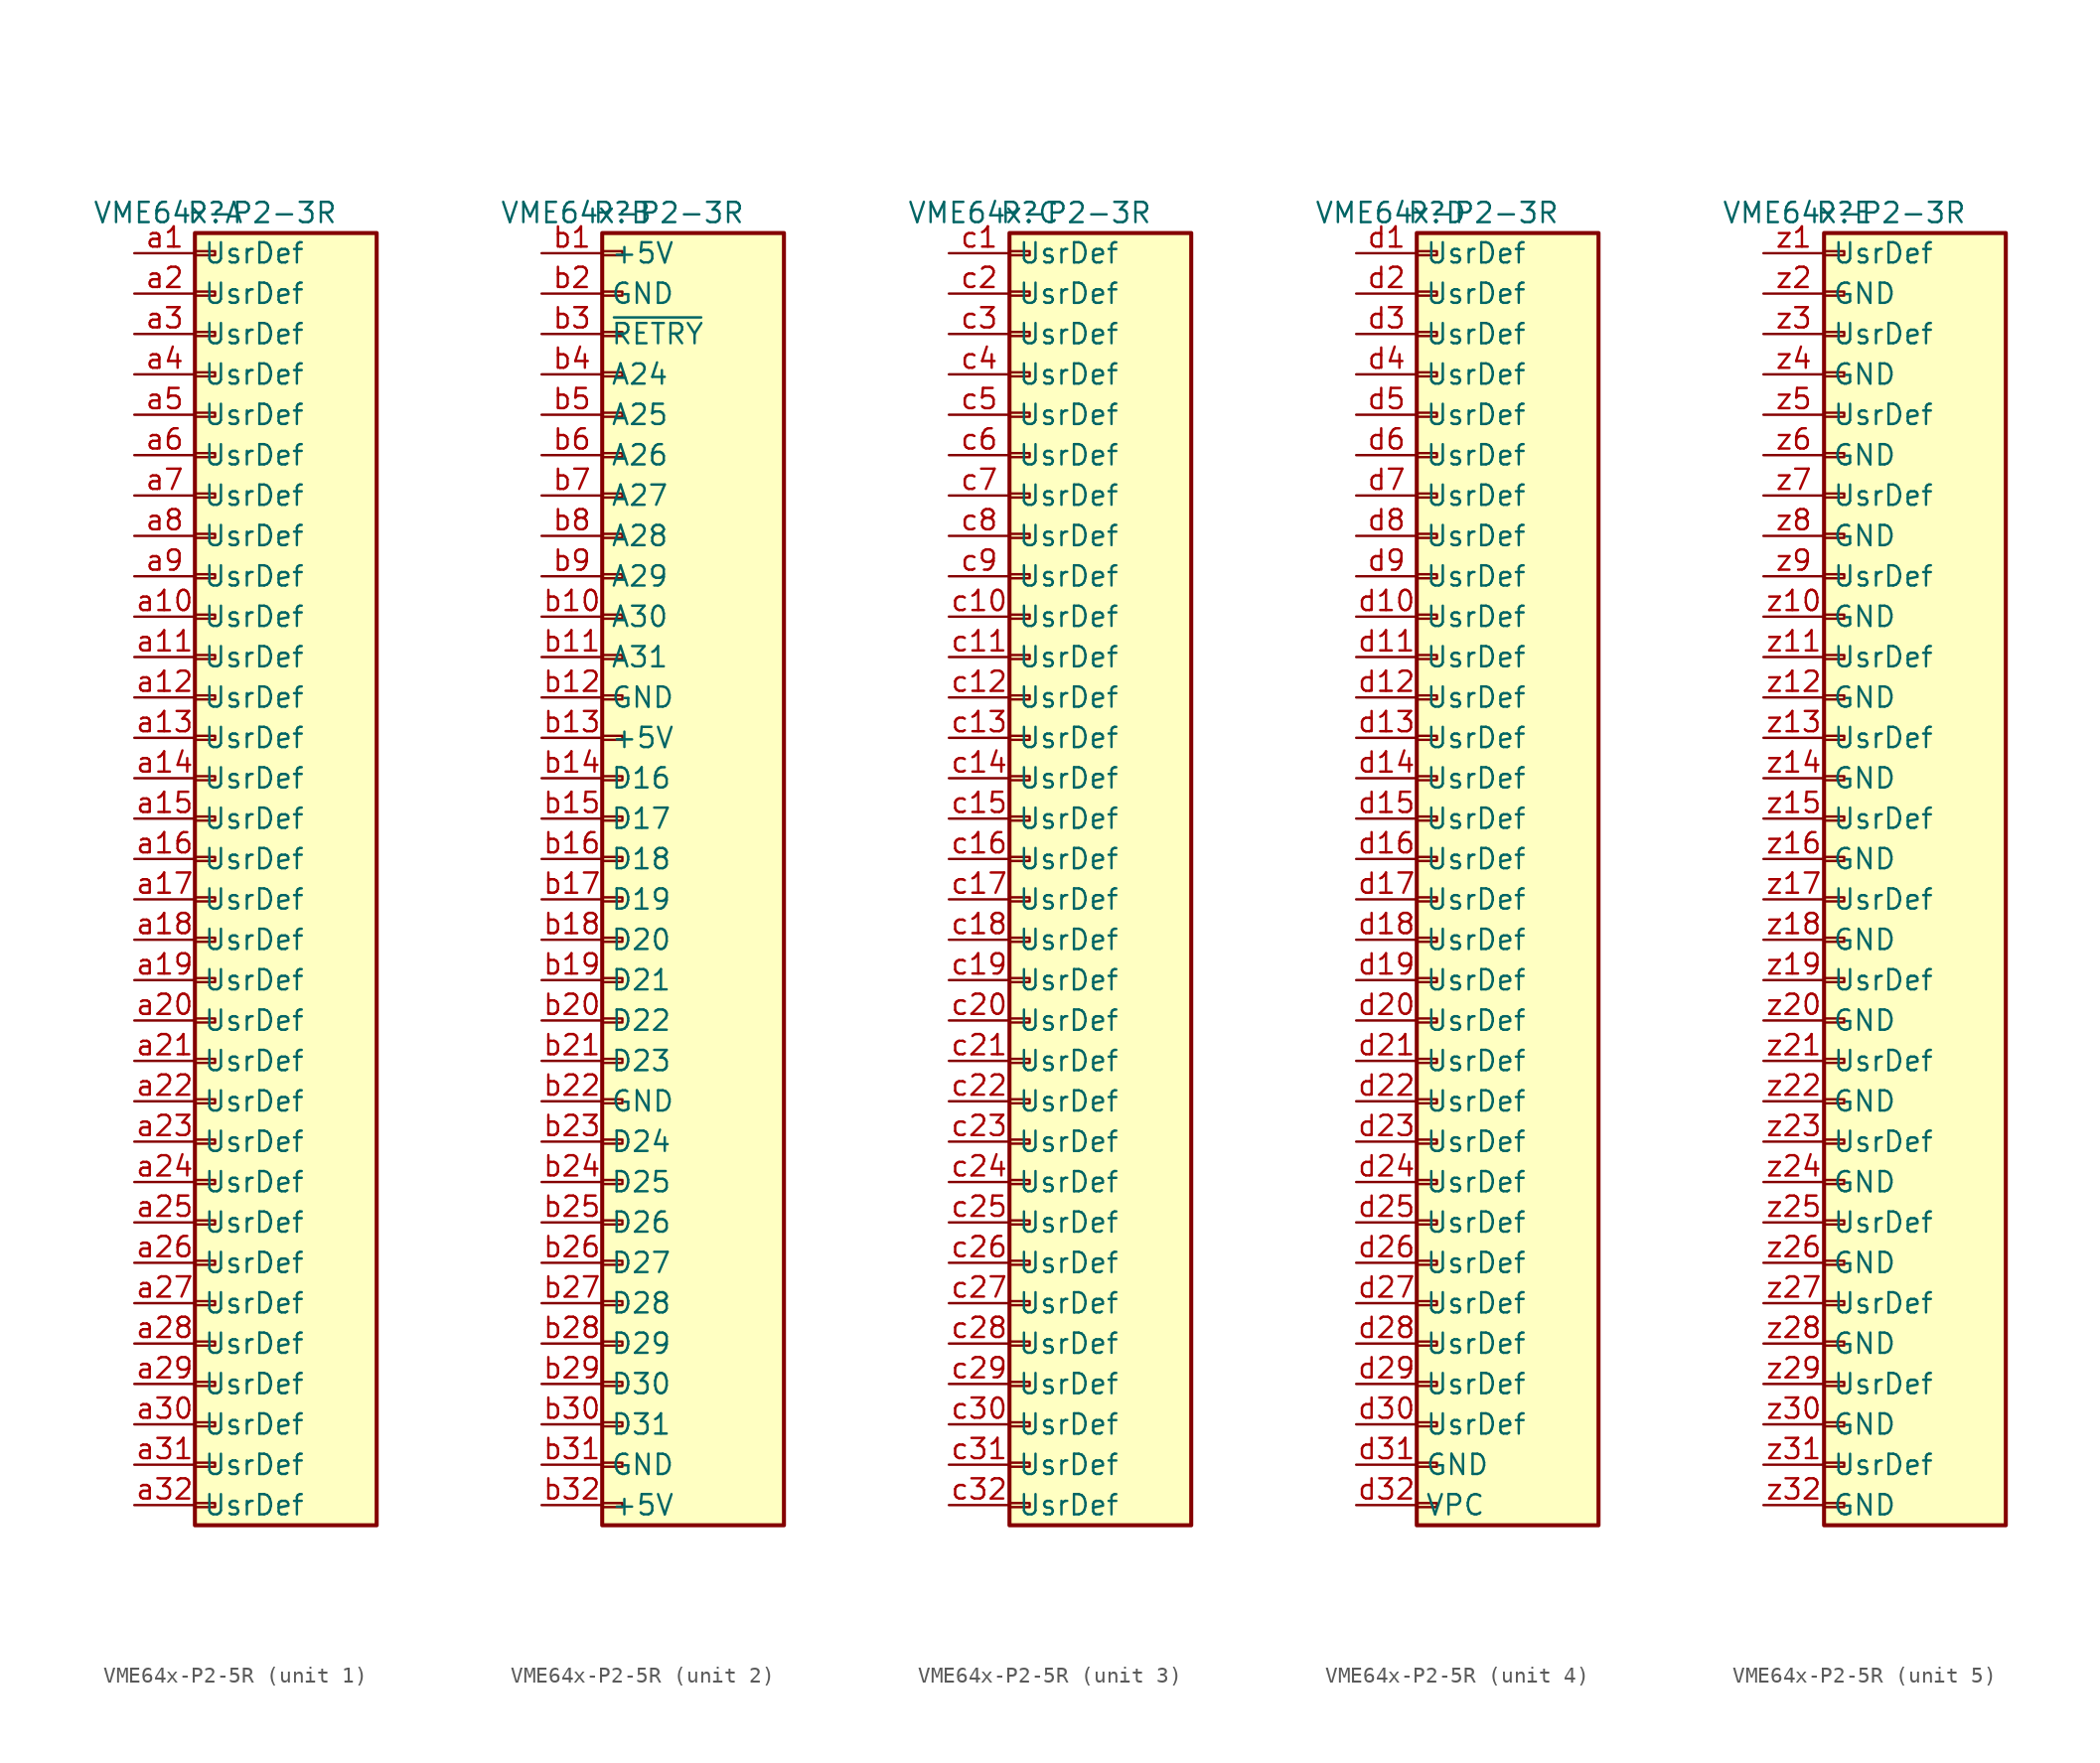
<source format=kicad_sym>
(kicad_symbol_lib
  (version 20231120)
  (generator "kicad_symbol_editor")
  (generator_version "8.0")
  (symbol "VME64x-P2-5R"
    (property "Reference" "P"
      (at 0 40.64 0)
      (effects (font (size 1.27 1.27))))
    (property "Value" "VME64x-P2-3R"
      (at 0 40.64 0)
      (effects (font (size 1.27 1.27))))
    (property "ki_locked" ""
      (at 0 0 0)
      (effects (font (size 1.27 1.27))))
    (symbol "VME64x-P2-5R_1_1"
      (rectangle (start -1.27 -40.513) (end 0 -40.767) (stroke (width 0.152) (type default)) (fill (type none)))
      (rectangle (start -1.27 -37.973) (end 0 -38.227) (stroke (width 0.152) (type default)) (fill (type none)))
      (rectangle (start -1.27 -35.433) (end 0 -35.687) (stroke (width 0.152) (type default)) (fill (type none)))
      (rectangle (start -1.27 -32.893) (end 0 -33.147) (stroke (width 0.152) (type default)) (fill (type none)))
      (rectangle (start -1.27 -30.353) (end 0 -30.607) (stroke (width 0.152) (type default)) (fill (type none)))
      (rectangle (start -1.27 -27.813) (end 0 -28.067) (stroke (width 0.152) (type default)) (fill (type none)))
      (rectangle (start -1.27 -25.273) (end 0 -25.527) (stroke (width 0.152) (type default)) (fill (type none)))
      (rectangle (start -1.27 -22.733) (end 0 -22.987) (stroke (width 0.152) (type default)) (fill (type none)))
      (rectangle (start -1.27 -20.193) (end 0 -20.447) (stroke (width 0.152) (type default)) (fill (type none)))
      (rectangle (start -1.27 -17.653) (end 0 -17.907) (stroke (width 0.152) (type default)) (fill (type none)))
      (rectangle (start -1.27 -15.113) (end 0 -15.367) (stroke (width 0.152) (type default)) (fill (type none)))
      (rectangle (start -1.27 -12.573) (end 0 -12.827) (stroke (width 0.152) (type default)) (fill (type none)))
      (rectangle (start -1.27 -10.033) (end 0 -10.287) (stroke (width 0.152) (type default)) (fill (type none)))
      (rectangle (start -1.27 -7.493) (end 0 -7.747) (stroke (width 0.152) (type default)) (fill (type none)))
      (rectangle (start -1.27 -4.953) (end 0 -5.207) (stroke (width 0.152) (type default)) (fill (type none)))
      (rectangle (start -1.27 -2.413) (end 0 -2.667) (stroke (width 0.152) (type default)) (fill (type none)))
      (rectangle (start -1.27 0.127) (end 0 -0.127) (stroke (width 0.152) (type default)) (fill (type none)))
      (rectangle (start -1.27 2.667) (end 0 2.413) (stroke (width 0.152) (type default)) (fill (type none)))
      (rectangle (start -1.27 5.207) (end 0 4.953) (stroke (width 0.152) (type default)) (fill (type none)))
      (rectangle (start -1.27 7.747) (end 0 7.493) (stroke (width 0.152) (type default)) (fill (type none)))
      (rectangle (start -1.27 10.287) (end 0 10.033) (stroke (width 0.152) (type default)) (fill (type none)))
      (rectangle (start -1.27 12.827) (end 0 12.573) (stroke (width 0.152) (type default)) (fill (type none)))
      (rectangle (start -1.27 15.367) (end 0 15.113) (stroke (width 0.152) (type default)) (fill (type none)))
      (rectangle (start -1.27 17.907) (end 0 17.653) (stroke (width 0.152) (type default)) (fill (type none)))
      (rectangle (start -1.27 20.447) (end 0 20.193) (stroke (width 0.152) (type default)) (fill (type none)))
      (rectangle (start -1.27 22.987) (end 0 22.733) (stroke (width 0.152) (type default)) (fill (type none)))
      (rectangle (start -1.27 25.527) (end 0 25.273) (stroke (width 0.152) (type default)) (fill (type none)))
      (rectangle (start -1.27 28.067) (end 0 27.813) (stroke (width 0.152) (type default)) (fill (type none)))
      (rectangle (start -1.27 30.607) (end 0 30.353) (stroke (width 0.152) (type default)) (fill (type none)))
      (rectangle (start -1.27 33.147) (end 0 32.893) (stroke (width 0.152) (type default)) (fill (type none)))
      (rectangle (start -1.27 35.687) (end 0 35.433) (stroke (width 0.152) (type default)) (fill (type none)))
      (rectangle (start -1.27 38.227) (end 0 37.973) (stroke (width 0.152) (type default)) (fill (type none)))
      (rectangle (start -1.27 39.37) (end 10.16 -41.91) (stroke (width 0.254) (type default)) (fill (type background)))
      (pin bidirectional line (at -5.08 38.1 0) (length 3.81) (name "UsrDef" (effects (font (size 1.27 1.27)))) (number "a1" (effects (font (size 1.27 1.27)))))
      (pin bidirectional line (at -5.08 15.24 0) (length 3.81) (name "UsrDef" (effects (font (size 1.27 1.27)))) (number "a10" (effects (font (size 1.27 1.27)))))
      (pin bidirectional line (at -5.08 12.7 0) (length 3.81) (name "UsrDef" (effects (font (size 1.27 1.27)))) (number "a11" (effects (font (size 1.27 1.27)))))
      (pin bidirectional line (at -5.08 10.16 0) (length 3.81) (name "UsrDef" (effects (font (size 1.27 1.27)))) (number "a12" (effects (font (size 1.27 1.27)))))
      (pin bidirectional line (at -5.08 7.62 0) (length 3.81) (name "UsrDef" (effects (font (size 1.27 1.27)))) (number "a13" (effects (font (size 1.27 1.27)))))
      (pin bidirectional line (at -5.08 5.08 0) (length 3.81) (name "UsrDef" (effects (font (size 1.27 1.27)))) (number "a14" (effects (font (size 1.27 1.27)))))
      (pin bidirectional line (at -5.08 2.54 0) (length 3.81) (name "UsrDef" (effects (font (size 1.27 1.27)))) (number "a15" (effects (font (size 1.27 1.27)))))
      (pin bidirectional line (at -5.08 0 0) (length 3.81) (name "UsrDef" (effects (font (size 1.27 1.27)))) (number "a16" (effects (font (size 1.27 1.27)))))
      (pin bidirectional line (at -5.08 -2.54 0) (length 3.81) (name "UsrDef" (effects (font (size 1.27 1.27)))) (number "a17" (effects (font (size 1.27 1.27)))))
      (pin bidirectional line (at -5.08 -5.08 0) (length 3.81) (name "UsrDef" (effects (font (size 1.27 1.27)))) (number "a18" (effects (font (size 1.27 1.27)))))
      (pin bidirectional line (at -5.08 -7.62 0) (length 3.81) (name "UsrDef" (effects (font (size 1.27 1.27)))) (number "a19" (effects (font (size 1.27 1.27)))))
      (pin bidirectional line (at -5.08 35.56 0) (length 3.81) (name "UsrDef" (effects (font (size 1.27 1.27)))) (number "a2" (effects (font (size 1.27 1.27)))))
      (pin bidirectional line (at -5.08 -10.16 0) (length 3.81) (name "UsrDef" (effects (font (size 1.27 1.27)))) (number "a20" (effects (font (size 1.27 1.27)))))
      (pin bidirectional line (at -5.08 -12.7 0) (length 3.81) (name "UsrDef" (effects (font (size 1.27 1.27)))) (number "a21" (effects (font (size 1.27 1.27)))))
      (pin bidirectional line (at -5.08 -15.24 0) (length 3.81) (name "UsrDef" (effects (font (size 1.27 1.27)))) (number "a22" (effects (font (size 1.27 1.27)))))
      (pin bidirectional line (at -5.08 -17.78 0) (length 3.81) (name "UsrDef" (effects (font (size 1.27 1.27)))) (number "a23" (effects (font (size 1.27 1.27)))))
      (pin bidirectional line (at -5.08 -20.32 0) (length 3.81) (name "UsrDef" (effects (font (size 1.27 1.27)))) (number "a24" (effects (font (size 1.27 1.27)))))
      (pin bidirectional line (at -5.08 -22.86 0) (length 3.81) (name "UsrDef" (effects (font (size 1.27 1.27)))) (number "a25" (effects (font (size 1.27 1.27)))))
      (pin bidirectional line (at -5.08 -25.4 0) (length 3.81) (name "UsrDef" (effects (font (size 1.27 1.27)))) (number "a26" (effects (font (size 1.27 1.27)))))
      (pin bidirectional line (at -5.08 -27.94 0) (length 3.81) (name "UsrDef" (effects (font (size 1.27 1.27)))) (number "a27" (effects (font (size 1.27 1.27)))))
      (pin bidirectional line (at -5.08 -30.48 0) (length 3.81) (name "UsrDef" (effects (font (size 1.27 1.27)))) (number "a28" (effects (font (size 1.27 1.27)))))
      (pin bidirectional line (at -5.08 -33.02 0) (length 3.81) (name "UsrDef" (effects (font (size 1.27 1.27)))) (number "a29" (effects (font (size 1.27 1.27)))))
      (pin bidirectional line (at -5.08 33.02 0) (length 3.81) (name "UsrDef" (effects (font (size 1.27 1.27)))) (number "a3" (effects (font (size 1.27 1.27)))))
      (pin bidirectional line (at -5.08 -35.56 0) (length 3.81) (name "UsrDef" (effects (font (size 1.27 1.27)))) (number "a30" (effects (font (size 1.27 1.27)))))
      (pin bidirectional line (at -5.08 -38.1 0) (length 3.81) (name "UsrDef" (effects (font (size 1.27 1.27)))) (number "a31" (effects (font (size 1.27 1.27)))))
      (pin bidirectional line (at -5.08 -40.64 0) (length 3.81) (name "UsrDef" (effects (font (size 1.27 1.27)))) (number "a32" (effects (font (size 1.27 1.27)))))
      (pin bidirectional line (at -5.08 30.48 0) (length 3.81) (name "UsrDef" (effects (font (size 1.27 1.27)))) (number "a4" (effects (font (size 1.27 1.27)))))
      (pin bidirectional line (at -5.08 27.94 0) (length 3.81) (name "UsrDef" (effects (font (size 1.27 1.27)))) (number "a5" (effects (font (size 1.27 1.27)))))
      (pin bidirectional line (at -5.08 25.4 0) (length 3.81) (name "UsrDef" (effects (font (size 1.27 1.27)))) (number "a6" (effects (font (size 1.27 1.27)))))
      (pin bidirectional line (at -5.08 22.86 0) (length 3.81) (name "UsrDef" (effects (font (size 1.27 1.27)))) (number "a7" (effects (font (size 1.27 1.27)))))
      (pin bidirectional line (at -5.08 20.32 0) (length 3.81) (name "UsrDef" (effects (font (size 1.27 1.27)))) (number "a8" (effects (font (size 1.27 1.27)))))
      (pin bidirectional line (at -5.08 17.78 0) (length 3.81) (name "UsrDef" (effects (font (size 1.27 1.27)))) (number "a9" (effects (font (size 1.27 1.27))))))
    (symbol "VME64x-P2-5R_2_1"
      (rectangle (start -1.27 -40.513) (end 0 -40.767) (stroke (width 0.152) (type default)) (fill (type none)))
      (rectangle (start -1.27 -37.973) (end 0 -38.227) (stroke (width 0.152) (type default)) (fill (type none)))
      (rectangle (start -1.27 -35.433) (end 0 -35.687) (stroke (width 0.152) (type default)) (fill (type none)))
      (rectangle (start -1.27 -32.893) (end 0 -33.147) (stroke (width 0.152) (type default)) (fill (type none)))
      (rectangle (start -1.27 -30.353) (end 0 -30.607) (stroke (width 0.152) (type default)) (fill (type none)))
      (rectangle (start -1.27 -27.813) (end 0 -28.067) (stroke (width 0.152) (type default)) (fill (type none)))
      (rectangle (start -1.27 -25.273) (end 0 -25.527) (stroke (width 0.152) (type default)) (fill (type none)))
      (rectangle (start -1.27 -22.733) (end 0 -22.987) (stroke (width 0.152) (type default)) (fill (type none)))
      (rectangle (start -1.27 -20.193) (end 0 -20.447) (stroke (width 0.152) (type default)) (fill (type none)))
      (rectangle (start -1.27 -17.653) (end 0 -17.907) (stroke (width 0.152) (type default)) (fill (type none)))
      (rectangle (start -1.27 -15.113) (end 0 -15.367) (stroke (width 0.152) (type default)) (fill (type none)))
      (rectangle (start -1.27 -12.573) (end 0 -12.827) (stroke (width 0.152) (type default)) (fill (type none)))
      (rectangle (start -1.27 -10.033) (end 0 -10.287) (stroke (width 0.152) (type default)) (fill (type none)))
      (rectangle (start -1.27 -7.493) (end 0 -7.747) (stroke (width 0.152) (type default)) (fill (type none)))
      (rectangle (start -1.27 -4.953) (end 0 -5.207) (stroke (width 0.152) (type default)) (fill (type none)))
      (rectangle (start -1.27 -2.413) (end 0 -2.667) (stroke (width 0.152) (type default)) (fill (type none)))
      (rectangle (start -1.27 0.127) (end 0 -0.127) (stroke (width 0.152) (type default)) (fill (type none)))
      (rectangle (start -1.27 2.667) (end 0 2.413) (stroke (width 0.152) (type default)) (fill (type none)))
      (rectangle (start -1.27 5.207) (end 0 4.953) (stroke (width 0.152) (type default)) (fill (type none)))
      (rectangle (start -1.27 7.747) (end 0 7.493) (stroke (width 0.152) (type default)) (fill (type none)))
      (rectangle (start -1.27 10.287) (end 0 10.033) (stroke (width 0.152) (type default)) (fill (type none)))
      (rectangle (start -1.27 12.827) (end 0 12.573) (stroke (width 0.152) (type default)) (fill (type none)))
      (rectangle (start -1.27 15.367) (end 0 15.113) (stroke (width 0.152) (type default)) (fill (type none)))
      (rectangle (start -1.27 17.907) (end 0 17.653) (stroke (width 0.152) (type default)) (fill (type none)))
      (rectangle (start -1.27 20.447) (end 0 20.193) (stroke (width 0.152) (type default)) (fill (type none)))
      (rectangle (start -1.27 22.987) (end 0 22.733) (stroke (width 0.152) (type default)) (fill (type none)))
      (rectangle (start -1.27 25.527) (end 0 25.273) (stroke (width 0.152) (type default)) (fill (type none)))
      (rectangle (start -1.27 28.067) (end 0 27.813) (stroke (width 0.152) (type default)) (fill (type none)))
      (rectangle (start -1.27 30.607) (end 0 30.353) (stroke (width 0.152) (type default)) (fill (type none)))
      (rectangle (start -1.27 33.147) (end 0 32.893) (stroke (width 0.152) (type default)) (fill (type none)))
      (rectangle (start -1.27 35.687) (end 0 35.433) (stroke (width 0.152) (type default)) (fill (type none)))
      (rectangle (start -1.27 38.227) (end 0 37.973) (stroke (width 0.152) (type default)) (fill (type none)))
      (rectangle (start -1.27 39.37) (end 10.16 -41.91) (stroke (width 0.254) (type default)) (fill (type background)))
      (pin power_out line (at -5.08 38.1 0) (length 3.81) (name "+5V" (effects (font (size 1.27 1.27)))) (number "b1" (effects (font (size 1.27 1.27)))))
      (pin bidirectional line (at -5.08 15.24 0) (length 3.81) (name "A30" (effects (font (size 1.27 1.27)))) (number "b10" (effects (font (size 1.27 1.27)))))
      (pin bidirectional line (at -5.08 12.7 0) (length 3.81) (name "A31" (effects (font (size 1.27 1.27)))) (number "b11" (effects (font (size 1.27 1.27)))))
      (pin power_out line (at -5.08 10.16 0) (length 3.81) (name "GND" (effects (font (size 1.27 1.27)))) (number "b12" (effects (font (size 1.27 1.27)))))
      (pin power_out line (at -5.08 7.62 0) (length 3.81) (name "+5V" (effects (font (size 1.27 1.27)))) (number "b13" (effects (font (size 1.27 1.27)))))
      (pin bidirectional line (at -5.08 5.08 0) (length 3.81) (name "D16" (effects (font (size 1.27 1.27)))) (number "b14" (effects (font (size 1.27 1.27)))))
      (pin bidirectional line (at -5.08 2.54 0) (length 3.81) (name "D17" (effects (font (size 1.27 1.27)))) (number "b15" (effects (font (size 1.27 1.27)))))
      (pin bidirectional line (at -5.08 0 0) (length 3.81) (name "D18" (effects (font (size 1.27 1.27)))) (number "b16" (effects (font (size 1.27 1.27)))))
      (pin bidirectional line (at -5.08 -2.54 0) (length 3.81) (name "D19" (effects (font (size 1.27 1.27)))) (number "b17" (effects (font (size 1.27 1.27)))))
      (pin bidirectional line (at -5.08 -5.08 0) (length 3.81) (name "D20" (effects (font (size 1.27 1.27)))) (number "b18" (effects (font (size 1.27 1.27)))))
      (pin bidirectional line (at -5.08 -7.62 0) (length 3.81) (name "D21" (effects (font (size 1.27 1.27)))) (number "b19" (effects (font (size 1.27 1.27)))))
      (pin power_out line (at -5.08 35.56 0) (length 3.81) (name "GND" (effects (font (size 1.27 1.27)))) (number "b2" (effects (font (size 1.27 1.27)))))
      (pin bidirectional line (at -5.08 -10.16 0) (length 3.81) (name "D22" (effects (font (size 1.27 1.27)))) (number "b20" (effects (font (size 1.27 1.27)))))
      (pin bidirectional line (at -5.08 -12.7 0) (length 3.81) (name "D23" (effects (font (size 1.27 1.27)))) (number "b21" (effects (font (size 1.27 1.27)))))
      (pin power_out line (at -5.08 -15.24 0) (length 3.81) (name "GND" (effects (font (size 1.27 1.27)))) (number "b22" (effects (font (size 1.27 1.27)))))
      (pin bidirectional line (at -5.08 -17.78 0) (length 3.81) (name "D24" (effects (font (size 1.27 1.27)))) (number "b23" (effects (font (size 1.27 1.27)))))
      (pin bidirectional line (at -5.08 -20.32 0) (length 3.81) (name "D25" (effects (font (size 1.27 1.27)))) (number "b24" (effects (font (size 1.27 1.27)))))
      (pin bidirectional line (at -5.08 -22.86 0) (length 3.81) (name "D26" (effects (font (size 1.27 1.27)))) (number "b25" (effects (font (size 1.27 1.27)))))
      (pin bidirectional line (at -5.08 -25.4 0) (length 3.81) (name "D27" (effects (font (size 1.27 1.27)))) (number "b26" (effects (font (size 1.27 1.27)))))
      (pin bidirectional line (at -5.08 -27.94 0) (length 3.81) (name "D28" (effects (font (size 1.27 1.27)))) (number "b27" (effects (font (size 1.27 1.27)))))
      (pin bidirectional line (at -5.08 -30.48 0) (length 3.81) (name "D29" (effects (font (size 1.27 1.27)))) (number "b28" (effects (font (size 1.27 1.27)))))
      (pin bidirectional line (at -5.08 -33.02 0) (length 3.81) (name "D30" (effects (font (size 1.27 1.27)))) (number "b29" (effects (font (size 1.27 1.27)))))
      (pin bidirectional line (at -5.08 33.02 0) (length 3.81) (name "~{RETRY}" (effects (font (size 1.27 1.27)))) (number "b3" (effects (font (size 1.27 1.27)))))
      (pin bidirectional line (at -5.08 -35.56 0) (length 3.81) (name "D31" (effects (font (size 1.27 1.27)))) (number "b30" (effects (font (size 1.27 1.27)))))
      (pin power_out line (at -5.08 -38.1 0) (length 3.81) (name "GND" (effects (font (size 1.27 1.27)))) (number "b31" (effects (font (size 1.27 1.27)))))
      (pin power_out line (at -5.08 -40.64 0) (length 3.81) (name "+5V" (effects (font (size 1.27 1.27)))) (number "b32" (effects (font (size 1.27 1.27)))))
      (pin bidirectional line (at -5.08 30.48 0) (length 3.81) (name "A24" (effects (font (size 1.27 1.27)))) (number "b4" (effects (font (size 1.27 1.27)))))
      (pin bidirectional line (at -5.08 27.94 0) (length 3.81) (name "A25" (effects (font (size 1.27 1.27)))) (number "b5" (effects (font (size 1.27 1.27)))))
      (pin bidirectional line (at -5.08 25.4 0) (length 3.81) (name "A26" (effects (font (size 1.27 1.27)))) (number "b6" (effects (font (size 1.27 1.27)))))
      (pin bidirectional line (at -5.08 22.86 0) (length 3.81) (name "A27" (effects (font (size 1.27 1.27)))) (number "b7" (effects (font (size 1.27 1.27)))))
      (pin bidirectional line (at -5.08 20.32 0) (length 3.81) (name "A28" (effects (font (size 1.27 1.27)))) (number "b8" (effects (font (size 1.27 1.27)))))
      (pin bidirectional line (at -5.08 17.78 0) (length 3.81) (name "A29" (effects (font (size 1.27 1.27)))) (number "b9" (effects (font (size 1.27 1.27))))))
    (symbol "VME64x-P2-5R_3_1"
      (rectangle (start -1.27 -40.513) (end 0 -40.767) (stroke (width 0.152) (type default)) (fill (type none)))
      (rectangle (start -1.27 -37.973) (end 0 -38.227) (stroke (width 0.152) (type default)) (fill (type none)))
      (rectangle (start -1.27 -35.433) (end 0 -35.687) (stroke (width 0.152) (type default)) (fill (type none)))
      (rectangle (start -1.27 -32.893) (end 0 -33.147) (stroke (width 0.152) (type default)) (fill (type none)))
      (rectangle (start -1.27 -30.353) (end 0 -30.607) (stroke (width 0.152) (type default)) (fill (type none)))
      (rectangle (start -1.27 -27.813) (end 0 -28.067) (stroke (width 0.152) (type default)) (fill (type none)))
      (rectangle (start -1.27 -25.273) (end 0 -25.527) (stroke (width 0.152) (type default)) (fill (type none)))
      (rectangle (start -1.27 -22.733) (end 0 -22.987) (stroke (width 0.152) (type default)) (fill (type none)))
      (rectangle (start -1.27 -20.193) (end 0 -20.447) (stroke (width 0.152) (type default)) (fill (type none)))
      (rectangle (start -1.27 -17.653) (end 0 -17.907) (stroke (width 0.152) (type default)) (fill (type none)))
      (rectangle (start -1.27 -15.113) (end 0 -15.367) (stroke (width 0.152) (type default)) (fill (type none)))
      (rectangle (start -1.27 -12.573) (end 0 -12.827) (stroke (width 0.152) (type default)) (fill (type none)))
      (rectangle (start -1.27 -10.033) (end 0 -10.287) (stroke (width 0.152) (type default)) (fill (type none)))
      (rectangle (start -1.27 -7.493) (end 0 -7.747) (stroke (width 0.152) (type default)) (fill (type none)))
      (rectangle (start -1.27 -4.953) (end 0 -5.207) (stroke (width 0.152) (type default)) (fill (type none)))
      (rectangle (start -1.27 -2.413) (end 0 -2.667) (stroke (width 0.152) (type default)) (fill (type none)))
      (rectangle (start -1.27 0.127) (end 0 -0.127) (stroke (width 0.152) (type default)) (fill (type none)))
      (rectangle (start -1.27 2.667) (end 0 2.413) (stroke (width 0.152) (type default)) (fill (type none)))
      (rectangle (start -1.27 5.207) (end 0 4.953) (stroke (width 0.152) (type default)) (fill (type none)))
      (rectangle (start -1.27 7.747) (end 0 7.493) (stroke (width 0.152) (type default)) (fill (type none)))
      (rectangle (start -1.27 10.287) (end 0 10.033) (stroke (width 0.152) (type default)) (fill (type none)))
      (rectangle (start -1.27 12.827) (end 0 12.573) (stroke (width 0.152) (type default)) (fill (type none)))
      (rectangle (start -1.27 15.367) (end 0 15.113) (stroke (width 0.152) (type default)) (fill (type none)))
      (rectangle (start -1.27 17.907) (end 0 17.653) (stroke (width 0.152) (type default)) (fill (type none)))
      (rectangle (start -1.27 20.447) (end 0 20.193) (stroke (width 0.152) (type default)) (fill (type none)))
      (rectangle (start -1.27 22.987) (end 0 22.733) (stroke (width 0.152) (type default)) (fill (type none)))
      (rectangle (start -1.27 25.527) (end 0 25.273) (stroke (width 0.152) (type default)) (fill (type none)))
      (rectangle (start -1.27 28.067) (end 0 27.813) (stroke (width 0.152) (type default)) (fill (type none)))
      (rectangle (start -1.27 30.607) (end 0 30.353) (stroke (width 0.152) (type default)) (fill (type none)))
      (rectangle (start -1.27 33.147) (end 0 32.893) (stroke (width 0.152) (type default)) (fill (type none)))
      (rectangle (start -1.27 35.687) (end 0 35.433) (stroke (width 0.152) (type default)) (fill (type none)))
      (rectangle (start -1.27 38.227) (end 0 37.973) (stroke (width 0.152) (type default)) (fill (type none)))
      (rectangle (start -1.27 39.37) (end 10.16 -41.91) (stroke (width 0.254) (type default)) (fill (type background)))
      (pin bidirectional line (at -5.08 38.1 0) (length 3.81) (name "UsrDef" (effects (font (size 1.27 1.27)))) (number "c1" (effects (font (size 1.27 1.27)))))
      (pin bidirectional line (at -5.08 15.24 0) (length 3.81) (name "UsrDef" (effects (font (size 1.27 1.27)))) (number "c10" (effects (font (size 1.27 1.27)))))
      (pin bidirectional line (at -5.08 12.7 0) (length 3.81) (name "UsrDef" (effects (font (size 1.27 1.27)))) (number "c11" (effects (font (size 1.27 1.27)))))
      (pin bidirectional line (at -5.08 10.16 0) (length 3.81) (name "UsrDef" (effects (font (size 1.27 1.27)))) (number "c12" (effects (font (size 1.27 1.27)))))
      (pin bidirectional line (at -5.08 7.62 0) (length 3.81) (name "UsrDef" (effects (font (size 1.27 1.27)))) (number "c13" (effects (font (size 1.27 1.27)))))
      (pin bidirectional line (at -5.08 5.08 0) (length 3.81) (name "UsrDef" (effects (font (size 1.27 1.27)))) (number "c14" (effects (font (size 1.27 1.27)))))
      (pin bidirectional line (at -5.08 2.54 0) (length 3.81) (name "UsrDef" (effects (font (size 1.27 1.27)))) (number "c15" (effects (font (size 1.27 1.27)))))
      (pin bidirectional line (at -5.08 0 0) (length 3.81) (name "UsrDef" (effects (font (size 1.27 1.27)))) (number "c16" (effects (font (size 1.27 1.27)))))
      (pin bidirectional line (at -5.08 -2.54 0) (length 3.81) (name "UsrDef" (effects (font (size 1.27 1.27)))) (number "c17" (effects (font (size 1.27 1.27)))))
      (pin bidirectional line (at -5.08 -5.08 0) (length 3.81) (name "UsrDef" (effects (font (size 1.27 1.27)))) (number "c18" (effects (font (size 1.27 1.27)))))
      (pin bidirectional line (at -5.08 -7.62 0) (length 3.81) (name "UsrDef" (effects (font (size 1.27 1.27)))) (number "c19" (effects (font (size 1.27 1.27)))))
      (pin bidirectional line (at -5.08 35.56 0) (length 3.81) (name "UsrDef" (effects (font (size 1.27 1.27)))) (number "c2" (effects (font (size 1.27 1.27)))))
      (pin bidirectional line (at -5.08 -10.16 0) (length 3.81) (name "UsrDef" (effects (font (size 1.27 1.27)))) (number "c20" (effects (font (size 1.27 1.27)))))
      (pin bidirectional line (at -5.08 -12.7 0) (length 3.81) (name "UsrDef" (effects (font (size 1.27 1.27)))) (number "c21" (effects (font (size 1.27 1.27)))))
      (pin bidirectional line (at -5.08 -15.24 0) (length 3.81) (name "UsrDef" (effects (font (size 1.27 1.27)))) (number "c22" (effects (font (size 1.27 1.27)))))
      (pin bidirectional line (at -5.08 -17.78 0) (length 3.81) (name "UsrDef" (effects (font (size 1.27 1.27)))) (number "c23" (effects (font (size 1.27 1.27)))))
      (pin bidirectional line (at -5.08 -20.32 0) (length 3.81) (name "UsrDef" (effects (font (size 1.27 1.27)))) (number "c24" (effects (font (size 1.27 1.27)))))
      (pin bidirectional line (at -5.08 -22.86 0) (length 3.81) (name "UsrDef" (effects (font (size 1.27 1.27)))) (number "c25" (effects (font (size 1.27 1.27)))))
      (pin bidirectional line (at -5.08 -25.4 0) (length 3.81) (name "UsrDef" (effects (font (size 1.27 1.27)))) (number "c26" (effects (font (size 1.27 1.27)))))
      (pin bidirectional line (at -5.08 -27.94 0) (length 3.81) (name "UsrDef" (effects (font (size 1.27 1.27)))) (number "c27" (effects (font (size 1.27 1.27)))))
      (pin bidirectional line (at -5.08 -30.48 0) (length 3.81) (name "UsrDef" (effects (font (size 1.27 1.27)))) (number "c28" (effects (font (size 1.27 1.27)))))
      (pin bidirectional line (at -5.08 -33.02 0) (length 3.81) (name "UsrDef" (effects (font (size 1.27 1.27)))) (number "c29" (effects (font (size 1.27 1.27)))))
      (pin bidirectional line (at -5.08 33.02 0) (length 3.81) (name "UsrDef" (effects (font (size 1.27 1.27)))) (number "c3" (effects (font (size 1.27 1.27)))))
      (pin bidirectional line (at -5.08 -35.56 0) (length 3.81) (name "UsrDef" (effects (font (size 1.27 1.27)))) (number "c30" (effects (font (size 1.27 1.27)))))
      (pin bidirectional line (at -5.08 -38.1 0) (length 3.81) (name "UsrDef" (effects (font (size 1.27 1.27)))) (number "c31" (effects (font (size 1.27 1.27)))))
      (pin bidirectional line (at -5.08 -40.64 0) (length 3.81) (name "UsrDef" (effects (font (size 1.27 1.27)))) (number "c32" (effects (font (size 1.27 1.27)))))
      (pin bidirectional line (at -5.08 30.48 0) (length 3.81) (name "UsrDef" (effects (font (size 1.27 1.27)))) (number "c4" (effects (font (size 1.27 1.27)))))
      (pin bidirectional line (at -5.08 27.94 0) (length 3.81) (name "UsrDef" (effects (font (size 1.27 1.27)))) (number "c5" (effects (font (size 1.27 1.27)))))
      (pin bidirectional line (at -5.08 25.4 0) (length 3.81) (name "UsrDef" (effects (font (size 1.27 1.27)))) (number "c6" (effects (font (size 1.27 1.27)))))
      (pin bidirectional line (at -5.08 22.86 0) (length 3.81) (name "UsrDef" (effects (font (size 1.27 1.27)))) (number "c7" (effects (font (size 1.27 1.27)))))
      (pin bidirectional line (at -5.08 20.32 0) (length 3.81) (name "UsrDef" (effects (font (size 1.27 1.27)))) (number "c8" (effects (font (size 1.27 1.27)))))
      (pin bidirectional line (at -5.08 17.78 0) (length 3.81) (name "UsrDef" (effects (font (size 1.27 1.27)))) (number "c9" (effects (font (size 1.27 1.27))))))
    (symbol "VME64x-P2-5R_4_1"
      (rectangle (start -1.27 -40.513) (end 0 -40.767) (stroke (width 0.152) (type default)) (fill (type none)))
      (rectangle (start -1.27 -37.973) (end 0 -38.227) (stroke (width 0.152) (type default)) (fill (type none)))
      (rectangle (start -1.27 -35.433) (end 0 -35.687) (stroke (width 0.152) (type default)) (fill (type none)))
      (rectangle (start -1.27 -32.893) (end 0 -33.147) (stroke (width 0.152) (type default)) (fill (type none)))
      (rectangle (start -1.27 -30.353) (end 0 -30.607) (stroke (width 0.152) (type default)) (fill (type none)))
      (rectangle (start -1.27 -27.813) (end 0 -28.067) (stroke (width 0.152) (type default)) (fill (type none)))
      (rectangle (start -1.27 -25.273) (end 0 -25.527) (stroke (width 0.152) (type default)) (fill (type none)))
      (rectangle (start -1.27 -22.733) (end 0 -22.987) (stroke (width 0.152) (type default)) (fill (type none)))
      (rectangle (start -1.27 -20.193) (end 0 -20.447) (stroke (width 0.152) (type default)) (fill (type none)))
      (rectangle (start -1.27 -17.653) (end 0 -17.907) (stroke (width 0.152) (type default)) (fill (type none)))
      (rectangle (start -1.27 -15.113) (end 0 -15.367) (stroke (width 0.152) (type default)) (fill (type none)))
      (rectangle (start -1.27 -12.573) (end 0 -12.827) (stroke (width 0.152) (type default)) (fill (type none)))
      (rectangle (start -1.27 -10.033) (end 0 -10.287) (stroke (width 0.152) (type default)) (fill (type none)))
      (rectangle (start -1.27 -7.493) (end 0 -7.747) (stroke (width 0.152) (type default)) (fill (type none)))
      (rectangle (start -1.27 -4.953) (end 0 -5.207) (stroke (width 0.152) (type default)) (fill (type none)))
      (rectangle (start -1.27 -2.413) (end 0 -2.667) (stroke (width 0.152) (type default)) (fill (type none)))
      (rectangle (start -1.27 0.127) (end 0 -0.127) (stroke (width 0.152) (type default)) (fill (type none)))
      (rectangle (start -1.27 2.667) (end 0 2.413) (stroke (width 0.152) (type default)) (fill (type none)))
      (rectangle (start -1.27 5.207) (end 0 4.953) (stroke (width 0.152) (type default)) (fill (type none)))
      (rectangle (start -1.27 7.747) (end 0 7.493) (stroke (width 0.152) (type default)) (fill (type none)))
      (rectangle (start -1.27 10.287) (end 0 10.033) (stroke (width 0.152) (type default)) (fill (type none)))
      (rectangle (start -1.27 12.827) (end 0 12.573) (stroke (width 0.152) (type default)) (fill (type none)))
      (rectangle (start -1.27 15.367) (end 0 15.113) (stroke (width 0.152) (type default)) (fill (type none)))
      (rectangle (start -1.27 17.907) (end 0 17.653) (stroke (width 0.152) (type default)) (fill (type none)))
      (rectangle (start -1.27 20.447) (end 0 20.193) (stroke (width 0.152) (type default)) (fill (type none)))
      (rectangle (start -1.27 22.987) (end 0 22.733) (stroke (width 0.152) (type default)) (fill (type none)))
      (rectangle (start -1.27 25.527) (end 0 25.273) (stroke (width 0.152) (type default)) (fill (type none)))
      (rectangle (start -1.27 28.067) (end 0 27.813) (stroke (width 0.152) (type default)) (fill (type none)))
      (rectangle (start -1.27 30.607) (end 0 30.353) (stroke (width 0.152) (type default)) (fill (type none)))
      (rectangle (start -1.27 33.147) (end 0 32.893) (stroke (width 0.152) (type default)) (fill (type none)))
      (rectangle (start -1.27 35.687) (end 0 35.433) (stroke (width 0.152) (type default)) (fill (type none)))
      (rectangle (start -1.27 38.227) (end 0 37.973) (stroke (width 0.152) (type default)) (fill (type none)))
      (rectangle (start -1.27 39.37) (end 10.16 -41.91) (stroke (width 0.254) (type default)) (fill (type background)))
      (pin bidirectional line (at -5.08 38.1 0) (length 3.81) (name "UsrDef" (effects (font (size 1.27 1.27)))) (number "d1" (effects (font (size 1.27 1.27)))))
      (pin bidirectional line (at -5.08 15.24 0) (length 3.81) (name "UsrDef" (effects (font (size 1.27 1.27)))) (number "d10" (effects (font (size 1.27 1.27)))))
      (pin bidirectional line (at -5.08 12.7 0) (length 3.81) (name "UsrDef" (effects (font (size 1.27 1.27)))) (number "d11" (effects (font (size 1.27 1.27)))))
      (pin bidirectional line (at -5.08 10.16 0) (length 3.81) (name "UsrDef" (effects (font (size 1.27 1.27)))) (number "d12" (effects (font (size 1.27 1.27)))))
      (pin bidirectional line (at -5.08 7.62 0) (length 3.81) (name "UsrDef" (effects (font (size 1.27 1.27)))) (number "d13" (effects (font (size 1.27 1.27)))))
      (pin bidirectional line (at -5.08 5.08 0) (length 3.81) (name "UsrDef" (effects (font (size 1.27 1.27)))) (number "d14" (effects (font (size 1.27 1.27)))))
      (pin bidirectional line (at -5.08 2.54 0) (length 3.81) (name "UsrDef" (effects (font (size 1.27 1.27)))) (number "d15" (effects (font (size 1.27 1.27)))))
      (pin bidirectional line (at -5.08 0 0) (length 3.81) (name "UsrDef" (effects (font (size 1.27 1.27)))) (number "d16" (effects (font (size 1.27 1.27)))))
      (pin bidirectional line (at -5.08 -2.54 0) (length 3.81) (name "UsrDef" (effects (font (size 1.27 1.27)))) (number "d17" (effects (font (size 1.27 1.27)))))
      (pin bidirectional line (at -5.08 -5.08 0) (length 3.81) (name "UsrDef" (effects (font (size 1.27 1.27)))) (number "d18" (effects (font (size 1.27 1.27)))))
      (pin bidirectional line (at -5.08 -7.62 0) (length 3.81) (name "UsrDef" (effects (font (size 1.27 1.27)))) (number "d19" (effects (font (size 1.27 1.27)))))
      (pin bidirectional line (at -5.08 35.56 0) (length 3.81) (name "UsrDef" (effects (font (size 1.27 1.27)))) (number "d2" (effects (font (size 1.27 1.27)))))
      (pin bidirectional line (at -5.08 -10.16 0) (length 3.81) (name "UsrDef" (effects (font (size 1.27 1.27)))) (number "d20" (effects (font (size 1.27 1.27)))))
      (pin bidirectional line (at -5.08 -12.7 0) (length 3.81) (name "UsrDef" (effects (font (size 1.27 1.27)))) (number "d21" (effects (font (size 1.27 1.27)))))
      (pin bidirectional line (at -5.08 -15.24 0) (length 3.81) (name "UsrDef" (effects (font (size 1.27 1.27)))) (number "d22" (effects (font (size 1.27 1.27)))))
      (pin bidirectional line (at -5.08 -17.78 0) (length 3.81) (name "UsrDef" (effects (font (size 1.27 1.27)))) (number "d23" (effects (font (size 1.27 1.27)))))
      (pin bidirectional line (at -5.08 -20.32 0) (length 3.81) (name "UsrDef" (effects (font (size 1.27 1.27)))) (number "d24" (effects (font (size 1.27 1.27)))))
      (pin bidirectional line (at -5.08 -22.86 0) (length 3.81) (name "UsrDef" (effects (font (size 1.27 1.27)))) (number "d25" (effects (font (size 1.27 1.27)))))
      (pin bidirectional line (at -5.08 -25.4 0) (length 3.81) (name "UsrDef" (effects (font (size 1.27 1.27)))) (number "d26" (effects (font (size 1.27 1.27)))))
      (pin bidirectional line (at -5.08 -27.94 0) (length 3.81) (name "UsrDef" (effects (font (size 1.27 1.27)))) (number "d27" (effects (font (size 1.27 1.27)))))
      (pin bidirectional line (at -5.08 -30.48 0) (length 3.81) (name "UsrDef" (effects (font (size 1.27 1.27)))) (number "d28" (effects (font (size 1.27 1.27)))))
      (pin bidirectional line (at -5.08 -33.02 0) (length 3.81) (name "UsrDef" (effects (font (size 1.27 1.27)))) (number "d29" (effects (font (size 1.27 1.27)))))
      (pin bidirectional line (at -5.08 33.02 0) (length 3.81) (name "UsrDef" (effects (font (size 1.27 1.27)))) (number "d3" (effects (font (size 1.27 1.27)))))
      (pin bidirectional line (at -5.08 -35.56 0) (length 3.81) (name "UsrDef" (effects (font (size 1.27 1.27)))) (number "d30" (effects (font (size 1.27 1.27)))))
      (pin power_out line (at -5.08 -38.1 0) (length 3.81) (name "GND" (effects (font (size 1.27 1.27)))) (number "d31" (effects (font (size 1.27 1.27)))))
      (pin power_out line (at -5.08 -40.64 0) (length 3.81) (name "VPC" (effects (font (size 1.27 1.27)))) (number "d32" (effects (font (size 1.27 1.27)))))
      (pin bidirectional line (at -5.08 30.48 0) (length 3.81) (name "UsrDef" (effects (font (size 1.27 1.27)))) (number "d4" (effects (font (size 1.27 1.27)))))
      (pin bidirectional line (at -5.08 27.94 0) (length 3.81) (name "UsrDef" (effects (font (size 1.27 1.27)))) (number "d5" (effects (font (size 1.27 1.27)))))
      (pin bidirectional line (at -5.08 25.4 0) (length 3.81) (name "UsrDef" (effects (font (size 1.27 1.27)))) (number "d6" (effects (font (size 1.27 1.27)))))
      (pin bidirectional line (at -5.08 22.86 0) (length 3.81) (name "UsrDef" (effects (font (size 1.27 1.27)))) (number "d7" (effects (font (size 1.27 1.27)))))
      (pin bidirectional line (at -5.08 20.32 0) (length 3.81) (name "UsrDef" (effects (font (size 1.27 1.27)))) (number "d8" (effects (font (size 1.27 1.27)))))
      (pin bidirectional line (at -5.08 17.78 0) (length 3.81) (name "UsrDef" (effects (font (size 1.27 1.27)))) (number "d9" (effects (font (size 1.27 1.27))))))
    (symbol "VME64x-P2-5R_5_1"
      (rectangle (start -1.27 -40.513) (end 0 -40.767) (stroke (width 0.152) (type default)) (fill (type none)))
      (rectangle (start -1.27 -37.973) (end 0 -38.227) (stroke (width 0.152) (type default)) (fill (type none)))
      (rectangle (start -1.27 -35.433) (end 0 -35.687) (stroke (width 0.152) (type default)) (fill (type none)))
      (rectangle (start -1.27 -32.893) (end 0 -33.147) (stroke (width 0.152) (type default)) (fill (type none)))
      (rectangle (start -1.27 -30.353) (end 0 -30.607) (stroke (width 0.152) (type default)) (fill (type none)))
      (rectangle (start -1.27 -27.813) (end 0 -28.067) (stroke (width 0.152) (type default)) (fill (type none)))
      (rectangle (start -1.27 -25.273) (end 0 -25.527) (stroke (width 0.152) (type default)) (fill (type none)))
      (rectangle (start -1.27 -22.733) (end 0 -22.987) (stroke (width 0.152) (type default)) (fill (type none)))
      (rectangle (start -1.27 -20.193) (end 0 -20.447) (stroke (width 0.152) (type default)) (fill (type none)))
      (rectangle (start -1.27 -17.653) (end 0 -17.907) (stroke (width 0.152) (type default)) (fill (type none)))
      (rectangle (start -1.27 -15.113) (end 0 -15.367) (stroke (width 0.152) (type default)) (fill (type none)))
      (rectangle (start -1.27 -12.573) (end 0 -12.827) (stroke (width 0.152) (type default)) (fill (type none)))
      (rectangle (start -1.27 -10.033) (end 0 -10.287) (stroke (width 0.152) (type default)) (fill (type none)))
      (rectangle (start -1.27 -7.493) (end 0 -7.747) (stroke (width 0.152) (type default)) (fill (type none)))
      (rectangle (start -1.27 -4.953) (end 0 -5.207) (stroke (width 0.152) (type default)) (fill (type none)))
      (rectangle (start -1.27 -2.413) (end 0 -2.667) (stroke (width 0.152) (type default)) (fill (type none)))
      (rectangle (start -1.27 0.127) (end 0 -0.127) (stroke (width 0.152) (type default)) (fill (type none)))
      (rectangle (start -1.27 2.667) (end 0 2.413) (stroke (width 0.152) (type default)) (fill (type none)))
      (rectangle (start -1.27 5.207) (end 0 4.953) (stroke (width 0.152) (type default)) (fill (type none)))
      (rectangle (start -1.27 7.747) (end 0 7.493) (stroke (width 0.152) (type default)) (fill (type none)))
      (rectangle (start -1.27 10.287) (end 0 10.033) (stroke (width 0.152) (type default)) (fill (type none)))
      (rectangle (start -1.27 12.827) (end 0 12.573) (stroke (width 0.152) (type default)) (fill (type none)))
      (rectangle (start -1.27 15.367) (end 0 15.113) (stroke (width 0.152) (type default)) (fill (type none)))
      (rectangle (start -1.27 17.907) (end 0 17.653) (stroke (width 0.152) (type default)) (fill (type none)))
      (rectangle (start -1.27 20.447) (end 0 20.193) (stroke (width 0.152) (type default)) (fill (type none)))
      (rectangle (start -1.27 22.987) (end 0 22.733) (stroke (width 0.152) (type default)) (fill (type none)))
      (rectangle (start -1.27 25.527) (end 0 25.273) (stroke (width 0.152) (type default)) (fill (type none)))
      (rectangle (start -1.27 28.067) (end 0 27.813) (stroke (width 0.152) (type default)) (fill (type none)))
      (rectangle (start -1.27 30.607) (end 0 30.353) (stroke (width 0.152) (type default)) (fill (type none)))
      (rectangle (start -1.27 33.147) (end 0 32.893) (stroke (width 0.152) (type default)) (fill (type none)))
      (rectangle (start -1.27 35.687) (end 0 35.433) (stroke (width 0.152) (type default)) (fill (type none)))
      (rectangle (start -1.27 38.227) (end 0 37.973) (stroke (width 0.152) (type default)) (fill (type none)))
      (rectangle (start -1.27 39.37) (end 10.16 -41.91) (stroke (width 0.254) (type default)) (fill (type background)))
      (pin bidirectional line (at -5.08 38.1 0) (length 3.81) (name "UsrDef" (effects (font (size 1.27 1.27)))) (number "z1" (effects (font (size 1.27 1.27)))))
      (pin power_out line (at -5.08 15.24 0) (length 3.81) (name "GND" (effects (font (size 1.27 1.27)))) (number "z10" (effects (font (size 1.27 1.27)))))
      (pin bidirectional line (at -5.08 12.7 0) (length 3.81) (name "UsrDef" (effects (font (size 1.27 1.27)))) (number "z11" (effects (font (size 1.27 1.27)))))
      (pin power_out line (at -5.08 10.16 0) (length 3.81) (name "GND" (effects (font (size 1.27 1.27)))) (number "z12" (effects (font (size 1.27 1.27)))))
      (pin bidirectional line (at -5.08 7.62 0) (length 3.81) (name "UsrDef" (effects (font (size 1.27 1.27)))) (number "z13" (effects (font (size 1.27 1.27)))))
      (pin power_out line (at -5.08 5.08 0) (length 3.81) (name "GND" (effects (font (size 1.27 1.27)))) (number "z14" (effects (font (size 1.27 1.27)))))
      (pin bidirectional line (at -5.08 2.54 0) (length 3.81) (name "UsrDef" (effects (font (size 1.27 1.27)))) (number "z15" (effects (font (size 1.27 1.27)))))
      (pin power_out line (at -5.08 0 0) (length 3.81) (name "GND" (effects (font (size 1.27 1.27)))) (number "z16" (effects (font (size 1.27 1.27)))))
      (pin bidirectional line (at -5.08 -2.54 0) (length 3.81) (name "UsrDef" (effects (font (size 1.27 1.27)))) (number "z17" (effects (font (size 1.27 1.27)))))
      (pin power_out line (at -5.08 -5.08 0) (length 3.81) (name "GND" (effects (font (size 1.27 1.27)))) (number "z18" (effects (font (size 1.27 1.27)))))
      (pin bidirectional line (at -5.08 -7.62 0) (length 3.81) (name "UsrDef" (effects (font (size 1.27 1.27)))) (number "z19" (effects (font (size 1.27 1.27)))))
      (pin power_out line (at -5.08 35.56 0) (length 3.81) (name "GND" (effects (font (size 1.27 1.27)))) (number "z2" (effects (font (size 1.27 1.27)))))
      (pin power_out line (at -5.08 -10.16 0) (length 3.81) (name "GND" (effects (font (size 1.27 1.27)))) (number "z20" (effects (font (size 1.27 1.27)))))
      (pin bidirectional line (at -5.08 -12.7 0) (length 3.81) (name "UsrDef" (effects (font (size 1.27 1.27)))) (number "z21" (effects (font (size 1.27 1.27)))))
      (pin power_out line (at -5.08 -15.24 0) (length 3.81) (name "GND" (effects (font (size 1.27 1.27)))) (number "z22" (effects (font (size 1.27 1.27)))))
      (pin bidirectional line (at -5.08 -17.78 0) (length 3.81) (name "UsrDef" (effects (font (size 1.27 1.27)))) (number "z23" (effects (font (size 1.27 1.27)))))
      (pin power_out line (at -5.08 -20.32 0) (length 3.81) (name "GND" (effects (font (size 1.27 1.27)))) (number "z24" (effects (font (size 1.27 1.27)))))
      (pin bidirectional line (at -5.08 -22.86 0) (length 3.81) (name "UsrDef" (effects (font (size 1.27 1.27)))) (number "z25" (effects (font (size 1.27 1.27)))))
      (pin power_out line (at -5.08 -25.4 0) (length 3.81) (name "GND" (effects (font (size 1.27 1.27)))) (number "z26" (effects (font (size 1.27 1.27)))))
      (pin bidirectional line (at -5.08 -27.94 0) (length 3.81) (name "UsrDef" (effects (font (size 1.27 1.27)))) (number "z27" (effects (font (size 1.27 1.27)))))
      (pin power_out line (at -5.08 -30.48 0) (length 3.81) (name "GND" (effects (font (size 1.27 1.27)))) (number "z28" (effects (font (size 1.27 1.27)))))
      (pin bidirectional line (at -5.08 -33.02 0) (length 3.81) (name "UsrDef" (effects (font (size 1.27 1.27)))) (number "z29" (effects (font (size 1.27 1.27)))))
      (pin bidirectional line (at -5.08 33.02 0) (length 3.81) (name "UsrDef" (effects (font (size 1.27 1.27)))) (number "z3" (effects (font (size 1.27 1.27)))))
      (pin power_out line (at -5.08 -35.56 0) (length 3.81) (name "GND" (effects (font (size 1.27 1.27)))) (number "z30" (effects (font (size 1.27 1.27)))))
      (pin bidirectional line (at -5.08 -38.1 0) (length 3.81) (name "UsrDef" (effects (font (size 1.27 1.27)))) (number "z31" (effects (font (size 1.27 1.27)))))
      (pin power_out line (at -5.08 -40.64 0) (length 3.81) (name "GND" (effects (font (size 1.27 1.27)))) (number "z32" (effects (font (size 1.27 1.27)))))
      (pin power_out line (at -5.08 30.48 0) (length 3.81) (name "GND" (effects (font (size 1.27 1.27)))) (number "z4" (effects (font (size 1.27 1.27)))))
      (pin bidirectional line (at -5.08 27.94 0) (length 3.81) (name "UsrDef" (effects (font (size 1.27 1.27)))) (number "z5" (effects (font (size 1.27 1.27)))))
      (pin power_out line (at -5.08 25.4 0) (length 3.81) (name "GND" (effects (font (size 1.27 1.27)))) (number "z6" (effects (font (size 1.27 1.27)))))
      (pin bidirectional line (at -5.08 22.86 0) (length 3.81) (name "UsrDef" (effects (font (size 1.27 1.27)))) (number "z7" (effects (font (size 1.27 1.27)))))
      (pin power_out line (at -5.08 20.32 0) (length 3.81) (name "GND" (effects (font (size 1.27 1.27)))) (number "z8" (effects (font (size 1.27 1.27)))))
      (pin bidirectional line (at -5.08 17.78 0) (length 3.81) (name "UsrDef" (effects (font (size 1.27 1.27)))) (number "z9" (effects (font (size 1.27 1.27))))))))
</source>
